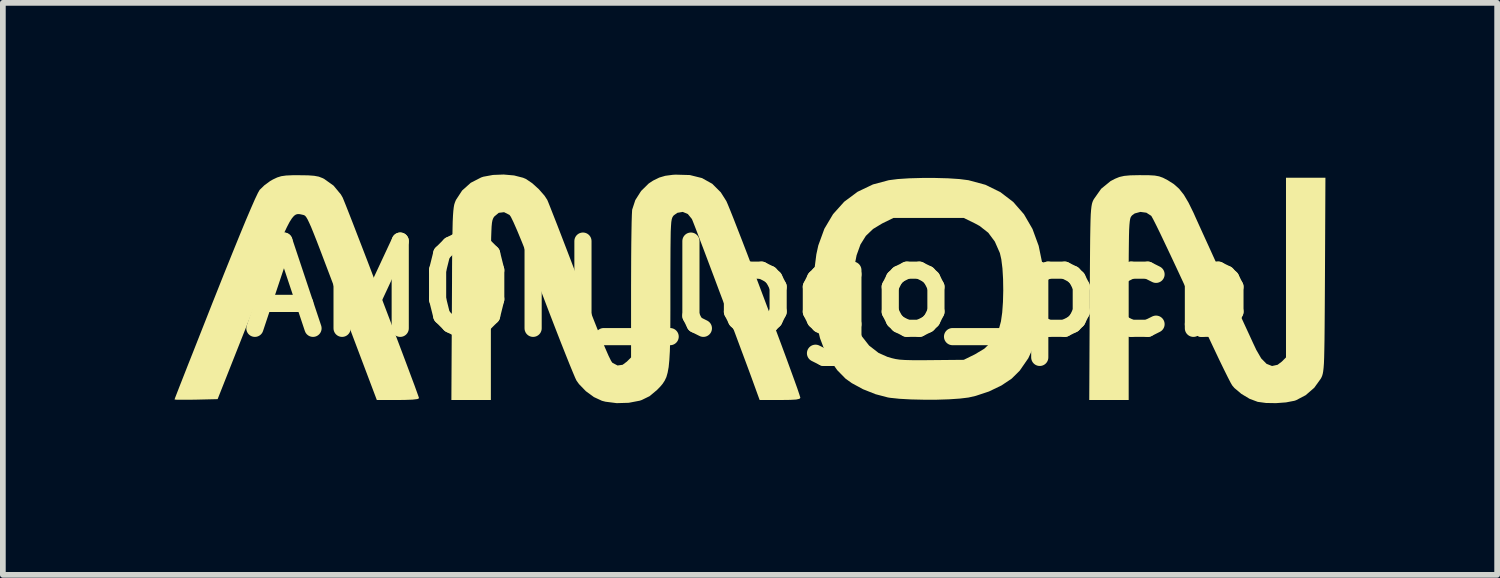
<source format=kicad_pcb>
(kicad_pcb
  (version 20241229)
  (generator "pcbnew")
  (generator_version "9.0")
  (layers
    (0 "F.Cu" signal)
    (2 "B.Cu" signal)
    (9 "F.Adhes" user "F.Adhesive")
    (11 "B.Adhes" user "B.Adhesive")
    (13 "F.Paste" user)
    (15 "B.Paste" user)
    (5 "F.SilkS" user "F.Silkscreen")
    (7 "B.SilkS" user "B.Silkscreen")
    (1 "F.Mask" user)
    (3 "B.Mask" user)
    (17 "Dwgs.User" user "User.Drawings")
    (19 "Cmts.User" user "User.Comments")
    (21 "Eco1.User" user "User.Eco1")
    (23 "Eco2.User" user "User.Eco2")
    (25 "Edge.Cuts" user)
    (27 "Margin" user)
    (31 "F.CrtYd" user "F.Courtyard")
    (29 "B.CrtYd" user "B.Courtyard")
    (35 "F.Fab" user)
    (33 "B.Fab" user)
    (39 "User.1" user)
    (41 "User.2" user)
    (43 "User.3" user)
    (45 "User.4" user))
  (footprint "AMON_logo_pcb"
    (layer "F.Cu")
    (at 10.04 1.998)
    (property "Reference" "AMON_logo_pcb" (at 0 0 0) (layer "F.SilkS") (effects (font (size 1.524 1.524) (thickness 0.3))))
    (attr board_only exclude_from_pos_files exclude_from_bom)
    (fp_poly (pts (xy -7.707 -1.984) (xy -7.599 -1.976) (xy -7.519 -1.961) (xy -7.452 -1.935) (xy -7.426 -1.922) (xy -7.261 -1.804) (xy -7.134 -1.651) (xy -7.102 -1.596) (xy -7.083 -1.55) (xy -7.045 -1.456) (xy -6.991 -1.319) (xy -6.923 -1.145) (xy -6.844 -0.94) (xy -6.755 -0.71) (xy -6.659 -0.461) (xy -6.559 -0.198) (xy -6.456 0.072) (xy -6.352 0.345) (xy -6.25 0.613) (xy -6.153 0.871) (xy -6.061 1.114) (xy -5.978 1.335) (xy -5.906 1.528) (xy -5.846 1.688) (xy -5.802 1.81) (xy -5.775 1.886) (xy -5.767 1.911) (xy -5.797 1.926) (xy -5.883 1.936) (xy -6.022 1.941) (xy -6.136 1.942) (xy -6.505 1.942) (xy -7.066 0.456) (xy -7.199 0.102) (xy -7.313 -0.2) (xy -7.41 -0.455) (xy -7.49 -0.666) (xy -7.556 -0.838) (xy -7.61 -0.974) (xy -7.653 -1.08) (xy -7.688 -1.158) (xy -7.715 -1.214) (xy -7.737 -1.251) (xy -7.755 -1.274) (xy -7.772 -1.286) (xy -7.789 -1.292) (xy -7.807 -1.296) (xy -7.816 -1.298) (xy -7.853 -1.306) (xy -7.887 -1.307) (xy -7.919 -1.299) (xy -7.952 -1.276) (xy -7.988 -1.234) (xy -8.029 -1.17) (xy -8.076 -1.08) (xy -8.133 -0.96) (xy -8.2 -0.805) (xy -8.28 -0.612) (xy -8.375 -0.376) (xy -8.488 -0.095) (xy -8.619 0.237) (xy -8.667 0.36) (xy -9.287 1.927) (xy -9.664 1.936) (xy -9.806 1.938) (xy -9.923 1.938) (xy -10.005 1.937) (xy -10.04 1.933) (xy -10.04 1.933) (xy -10.03 1.904) (xy -9.999 1.824) (xy -9.95 1.698) (xy -9.884 1.53) (xy -9.804 1.326) (xy -9.71 1.089) (xy -9.606 0.825) (xy -9.493 0.539) (xy -9.373 0.234) (xy -9.338 0.147) (xy -9.177 -0.258) (xy -9.032 -0.618) (xy -8.905 -0.93) (xy -8.796 -1.194) (xy -8.705 -1.407) (xy -8.634 -1.569) (xy -8.582 -1.678) (xy -8.551 -1.732) (xy -8.55 -1.732) (xy -8.471 -1.809) (xy -8.369 -1.884) (xy -8.32 -1.912) (xy -8.246 -1.947) (xy -8.175 -1.969) (xy -8.09 -1.981) (xy -7.975 -1.986) (xy -7.86 -1.986)) (stroke (width 0) (type solid)) (fill yes) (layer "F.SilkS"))
    (fp_poly (pts (xy 3.254 -1.938) (xy 3.479 -1.932) (xy 3.677 -1.919) (xy 3.834 -1.899) (xy 4.13 -1.819) (xy 4.391 -1.691) (xy 4.616 -1.519) (xy 4.804 -1.304) (xy 4.953 -1.047) (xy 5.061 -0.752) (xy 5.129 -0.421) (xy 5.154 -0.055) (xy 5.137 0.322) (xy 5.086 0.653) (xy 5 0.951) (xy 4.88 1.212) (xy 4.73 1.429) (xy 4.59 1.568) (xy 4.411 1.688) (xy 4.193 1.793) (xy 3.961 1.87) (xy 3.834 1.899) (xy 3.686 1.917) (xy 3.495 1.93) (xy 3.278 1.937) (xy 3.05 1.937) (xy 2.828 1.932) (xy 2.629 1.921) (xy 2.467 1.904) (xy 2.428 1.898) (xy 2.211 1.841) (xy 1.992 1.754) (xy 1.793 1.646) (xy 1.685 1.568) (xy 1.541 1.421) (xy 1.408 1.231) (xy 1.297 1.014) (xy 1.24 0.862) (xy 1.178 0.603) (xy 1.14 0.308) (xy 1.127 -0.004) (xy 1.128 -0.033) (xy 1.809 -0.033) (xy 1.815 0.206) (xy 1.84 0.435) (xy 1.881 0.629) (xy 1.967 0.824) (xy 2.098 0.991) (xy 2.264 1.12) (xy 2.42 1.189) (xy 2.492 1.21) (xy 2.56 1.226) (xy 2.634 1.237) (xy 2.726 1.243) (xy 2.845 1.246) (xy 3.002 1.247) (xy 3.208 1.245) (xy 3.213 1.245) (xy 3.752 1.24) (xy 3.949 1.143) (xy 4.113 1.044) (xy 4.236 0.925) (xy 4.332 0.769) (xy 4.373 0.676) (xy 4.402 0.567) (xy 4.424 0.413) (xy 4.437 0.229) (xy 4.442 0.03) (xy 4.439 -0.171) (xy 4.428 -0.358) (xy 4.408 -0.517) (xy 4.383 -0.626) (xy 4.295 -0.826) (xy 4.18 -0.981) (xy 4.028 -1.1) (xy 3.947 -1.144) (xy 3.751 -1.24) (xy 2.524 -1.24) (xy 2.326 -1.143) (xy 2.166 -1.046) (xy 2.041 -0.926) (xy 1.947 -0.776) (xy 1.879 -0.587) (xy 1.833 -0.351) (xy 1.822 -0.26) (xy 1.809 -0.033) (xy 1.128 -0.033) (xy 1.139 -0.315) (xy 1.176 -0.604) (xy 1.21 -0.759) (xy 1.316 -1.05) (xy 1.468 -1.306) (xy 1.663 -1.523) (xy 1.897 -1.697) (xy 2.165 -1.825) (xy 2.442 -1.899) (xy 2.598 -1.919) (xy 2.797 -1.932) (xy 3.021 -1.938)) (stroke (width 0) (type solid)) (fill yes) (layer "F.SilkS"))
    (fp_poly (pts (xy 6.988 -1.986) (xy 7.09 -1.98) (xy 7.166 -1.966) (xy 7.233 -1.942) (xy 7.308 -1.903) (xy 7.316 -1.899) (xy 7.423 -1.831) (xy 7.514 -1.75) (xy 7.597 -1.646) (xy 7.679 -1.508) (xy 7.768 -1.327) (xy 7.795 -1.266) (xy 7.851 -1.142) (xy 7.926 -0.977) (xy 8.016 -0.78) (xy 8.116 -0.56) (xy 8.224 -0.324) (xy 8.335 -0.081) (xy 8.446 0.16) (xy 8.552 0.391) (xy 8.649 0.603) (xy 8.735 0.789) (xy 8.804 0.939) (xy 8.854 1.045) (xy 8.862 1.063) (xy 8.95 1.215) (xy 9.043 1.31) (xy 9.139 1.348) (xy 9.236 1.327) (xy 9.31 1.271) (xy 9.383 1.198) (xy 9.383 -1.942) (xy 10.072 -1.942) (xy 10.064 -0.247) (xy 10.062 0.114) (xy 10.06 0.421) (xy 10.058 0.677) (xy 10.056 0.888) (xy 10.053 1.059) (xy 10.05 1.195) (xy 10.046 1.301) (xy 10.04 1.381) (xy 10.033 1.441) (xy 10.025 1.485) (xy 10.015 1.519) (xy 10.003 1.547) (xy 9.99 1.571) (xy 9.877 1.728) (xy 9.727 1.858) (xy 9.559 1.946) (xy 9.529 1.956) (xy 9.383 1.984) (xy 9.208 1.997) (xy 9.033 1.994) (xy 8.886 1.974) (xy 8.885 1.973) (xy 8.746 1.921) (xy 8.603 1.835) (xy 8.482 1.733) (xy 8.445 1.69) (xy 8.417 1.643) (xy 8.367 1.546) (xy 8.298 1.407) (xy 8.212 1.23) (xy 8.113 1.021) (xy 8.002 0.785) (xy 7.883 0.529) (xy 7.757 0.257) (xy 7.725 0.187) (xy 7.6 -0.086) (xy 7.48 -0.344) (xy 7.369 -0.581) (xy 7.269 -0.792) (xy 7.183 -0.973) (xy 7.113 -1.116) (xy 7.061 -1.218) (xy 7.031 -1.272) (xy 7.027 -1.277) (xy 6.943 -1.331) (xy 6.839 -1.345) (xy 6.739 -1.318) (xy 6.694 -1.285) (xy 6.681 -1.27) (xy 6.669 -1.251) (xy 6.66 -1.223) (xy 6.653 -1.181) (xy 6.647 -1.12) (xy 6.642 -1.035) (xy 6.639 -0.921) (xy 6.637 -0.773) (xy 6.635 -0.586) (xy 6.634 -0.356) (xy 6.634 -0.078) (xy 6.634 0.255) (xy 6.634 0.359) (xy 6.634 1.942) (xy 5.945 1.942) (xy 5.953 0.247) (xy 5.955 -0.115) (xy 5.957 -0.421) (xy 5.959 -0.677) (xy 5.961 -0.888) (xy 5.964 -1.06) (xy 5.967 -1.195) (xy 5.971 -1.301) (xy 5.977 -1.381) (xy 5.984 -1.441) (xy 5.992 -1.485) (xy 6.002 -1.519) (xy 6.014 -1.547) (xy 6.026 -1.569) (xy 6.153 -1.749) (xy 6.317 -1.883) (xy 6.395 -1.924) (xy 6.471 -1.955) (xy 6.555 -1.974) (xy 6.662 -1.984) (xy 6.809 -1.987) (xy 6.843 -1.987)) (stroke (width 0) (type solid)) (fill yes) (layer "F.SilkS"))
    (fp_poly (pts (xy -4.106 -1.982) (xy -3.95 -1.942) (xy -3.898 -1.92) (xy -3.789 -1.846) (xy -3.674 -1.742) (xy -3.575 -1.629) (xy -3.527 -1.556) (xy -3.51 -1.516) (xy -3.474 -1.426) (xy -3.421 -1.291) (xy -3.353 -1.118) (xy -3.273 -0.911) (xy -3.183 -0.677) (xy -3.085 -0.421) (xy -2.981 -0.15) (xy -2.973 -0.126) (xy -2.83 0.245) (xy -2.707 0.56) (xy -2.604 0.819) (xy -2.52 1.021) (xy -2.456 1.168) (xy -2.411 1.259) (xy -2.388 1.292) (xy -2.298 1.339) (xy -2.21 1.327) (xy -2.135 1.271) (xy -2.062 1.198) (xy -2.062 -0.036) (xy -2.061 -0.306) (xy -2.06 -0.562) (xy -2.058 -0.795) (xy -2.055 -0.999) (xy -2.052 -1.168) (xy -2.048 -1.293) (xy -2.044 -1.368) (xy -2.043 -1.383) (xy -1.988 -1.551) (xy -1.887 -1.71) (xy -1.753 -1.842) (xy -1.677 -1.892) (xy -1.569 -1.945) (xy -1.464 -1.976) (xy -1.334 -1.993) (xy -1.286 -1.996) (xy -1.035 -1.989) (xy -0.822 -1.936) (xy -0.643 -1.836) (xy -0.494 -1.687) (xy -0.397 -1.534) (xy -0.373 -1.479) (xy -0.331 -1.377) (xy -0.273 -1.232) (xy -0.203 -1.052) (xy -0.121 -0.842) (xy -0.031 -0.608) (xy 0.065 -0.355) (xy 0.165 -0.091) (xy 0.267 0.18) (xy 0.369 0.45) (xy 0.467 0.715) (xy 0.561 0.967) (xy 0.648 1.202) (xy 0.725 1.413) (xy 0.791 1.594) (xy 0.843 1.739) (xy 0.878 1.843) (xy 0.895 1.898) (xy 0.896 1.905) (xy 0.879 1.922) (xy 0.823 1.934) (xy 0.72 1.94) (xy 0.566 1.942) (xy 0.541 1.942) (xy 0.185 1.942) (xy 0.155 1.86) (xy 0.102 1.714) (xy 0.036 1.532) (xy -0.042 1.321) (xy -0.129 1.088) (xy -0.222 0.838) (xy -0.319 0.578) (xy -0.417 0.313) (xy -0.516 0.051) (xy -0.611 -0.203) (xy -0.701 -0.442) (xy -0.783 -0.66) (xy -0.856 -0.852) (xy -0.916 -1.01) (xy -0.962 -1.129) (xy -0.991 -1.202) (xy -1 -1.222) (xy -1.07 -1.308) (xy -1.159 -1.345) (xy -1.253 -1.329) (xy -1.315 -1.285) (xy -1.329 -1.268) (xy -1.341 -1.247) (xy -1.351 -1.216) (xy -1.359 -1.168) (xy -1.364 -1.1) (xy -1.369 -1.004) (xy -1.371 -0.876) (xy -1.373 -0.709) (xy -1.374 -0.499) (xy -1.375 -0.24) (xy -1.375 0.039) (xy -1.375 0.377) (xy -1.376 0.66) (xy -1.379 0.895) (xy -1.384 1.087) (xy -1.393 1.242) (xy -1.405 1.366) (xy -1.423 1.464) (xy -1.445 1.542) (xy -1.475 1.605) (xy -1.511 1.66) (xy -1.555 1.712) (xy -1.608 1.766) (xy -1.609 1.767) (xy -1.738 1.875) (xy -1.875 1.942) (xy -1.91 1.954) (xy -2.103 1.991) (xy -2.313 1.997) (xy -2.509 1.972) (xy -2.571 1.956) (xy -2.711 1.891) (xy -2.852 1.788) (xy -2.971 1.665) (xy -3.015 1.604) (xy -3.038 1.556) (xy -3.079 1.459) (xy -3.137 1.318) (xy -3.209 1.138) (xy -3.293 0.926) (xy -3.386 0.687) (xy -3.486 0.428) (xy -3.591 0.153) (xy -3.599 0.132) (xy -3.742 -0.24) (xy -3.865 -0.555) (xy -3.968 -0.815) (xy -4.052 -1.018) (xy -4.117 -1.166) (xy -4.162 -1.258) (xy -4.186 -1.292) (xy -4.281 -1.34) (xy -4.374 -1.329) (xy -4.45 -1.266) (xy -4.464 -1.247) (xy -4.475 -1.225) (xy -4.485 -1.196) (xy -4.493 -1.153) (xy -4.499 -1.092) (xy -4.503 -1.007) (xy -4.507 -0.895) (xy -4.509 -0.75) (xy -4.511 -0.566) (xy -4.512 -0.339) (xy -4.512 -0.064) (xy -4.512 0.264) (xy -4.512 0.378) (xy -4.512 1.942) (xy -5.202 1.942) (xy -5.193 0.261) (xy -5.191 -0.098) (xy -5.19 -0.403) (xy -5.188 -0.658) (xy -5.185 -0.869) (xy -5.182 -1.039) (xy -5.179 -1.175) (xy -5.174 -1.281) (xy -5.168 -1.362) (xy -5.161 -1.423) (xy -5.153 -1.469) (xy -5.142 -1.505) (xy -5.13 -1.536) (xy -5.122 -1.554) (xy -5.014 -1.719) (xy -4.863 -1.854) (xy -4.682 -1.947) (xy -4.643 -1.96) (xy -4.474 -1.991) (xy -4.288 -1.998)) (stroke (width 0) (type solid)) (fill yes) (layer "F.SilkS")))
  (gr_rect
    (start -3 -3)
    (end 23.113 6.996)
    (stroke (width 0.1) (type default))
    (fill no)
    (layer "Edge.Cuts")))
</source>
